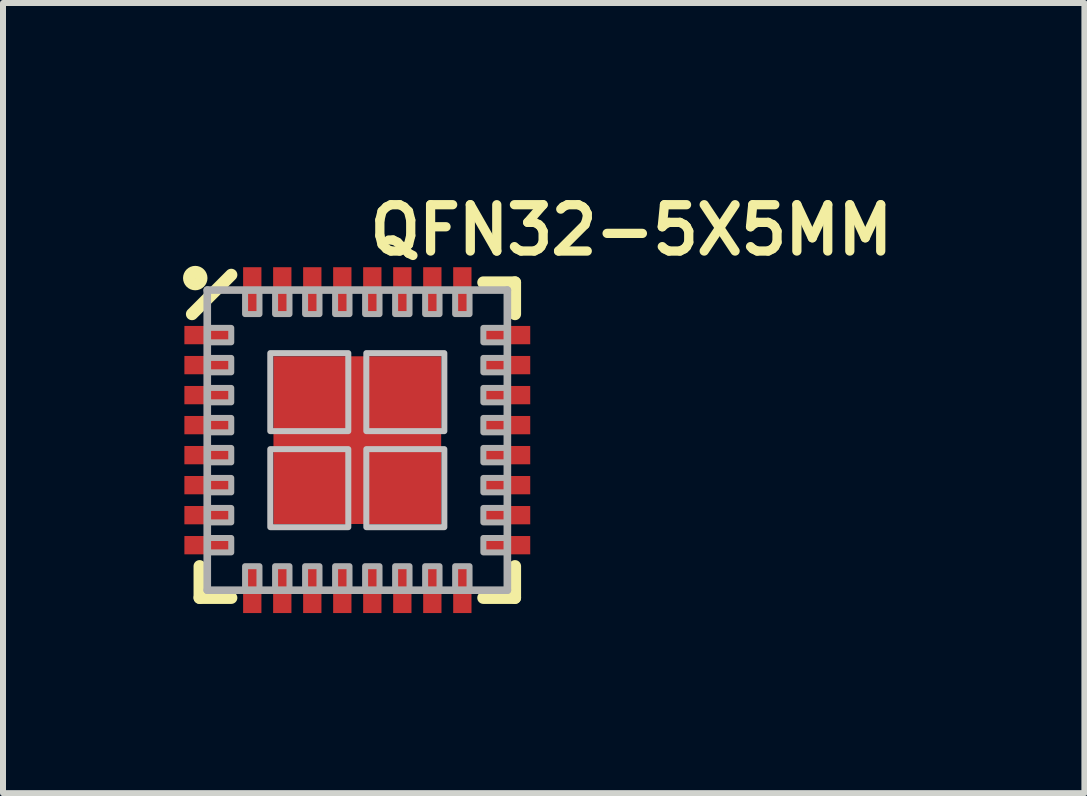
<source format=kicad_pcb>
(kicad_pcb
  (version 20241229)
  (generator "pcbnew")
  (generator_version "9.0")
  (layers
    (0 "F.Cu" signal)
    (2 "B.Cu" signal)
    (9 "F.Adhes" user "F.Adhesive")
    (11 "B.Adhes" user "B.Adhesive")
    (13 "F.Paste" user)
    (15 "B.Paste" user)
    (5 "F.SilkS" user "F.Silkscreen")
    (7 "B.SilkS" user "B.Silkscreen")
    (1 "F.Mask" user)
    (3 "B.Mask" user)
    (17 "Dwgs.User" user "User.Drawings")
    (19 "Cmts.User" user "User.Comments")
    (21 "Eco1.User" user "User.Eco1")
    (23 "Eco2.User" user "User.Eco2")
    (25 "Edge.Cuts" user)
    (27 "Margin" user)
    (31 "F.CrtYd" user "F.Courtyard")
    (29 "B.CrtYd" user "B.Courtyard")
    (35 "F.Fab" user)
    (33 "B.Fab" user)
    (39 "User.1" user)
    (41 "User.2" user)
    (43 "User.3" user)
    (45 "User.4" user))
  (footprint "QFN32-5X5MM"
    (layer "F.Cu")
    (at 2.903 4.283)
    (property "Reference" "QFN32-5X5MM" (at 0.127 -3.048 180) (layer "F.SilkS") (effects (font (size 0.772 0.772) (thickness 0.154)) (justify left bottom)))
    (attr smd)
    (fp_line (start -2.627 2.627) (end -2.627 2.1) (stroke (width 0.203) (type solid)) (layer "F.SilkS"))
    (fp_line (start -2.1 -2.754) (end -2.754 -2.1) (stroke (width 0.203) (type solid)) (layer "F.SilkS"))
    (fp_line (start -2.1 2.627) (end -2.627 2.627) (stroke (width 0.203) (type solid)) (layer "F.SilkS"))
    (fp_line (start 2.1 -2.627) (end 2.627 -2.627) (stroke (width 0.203) (type solid)) (layer "F.SilkS"))
    (fp_line (start 2.627 -2.627) (end 2.627 -2.1) (stroke (width 0.203) (type solid)) (layer "F.SilkS"))
    (fp_line (start 2.627 2.1) (end 2.627 2.627) (stroke (width 0.203) (type solid)) (layer "F.SilkS"))
    (fp_line (start 2.627 2.627) (end 2.1 2.627) (stroke (width 0.203) (type solid)) (layer "F.SilkS"))
    (fp_circle (center -2.7 -2.7) (end -2.598 -2.7) (stroke (width 0.203) (type solid)) (fill no) (layer "F.SilkS"))
    (fp_poly (pts (xy -1.45 -0.15) (xy -0.15 -0.15) (xy -0.15 -1.45) (xy -1.45 -1.45)) (stroke (width 0.1) (type solid)) (fill no) (layer "Dwgs.User"))
    (fp_poly (pts (xy -0.15 1.45) (xy -0.15 0.15) (xy -1.45 0.15) (xy -1.45 1.45)) (stroke (width 0.1) (type solid)) (fill no) (layer "Dwgs.User"))
    (fp_poly (pts (xy 0.15 -1.45) (xy 0.15 -0.15) (xy 1.45 -0.15) (xy 1.45 -1.45)) (stroke (width 0.1) (type solid)) (fill no) (layer "Dwgs.User"))
    (fp_poly (pts (xy 1.45 0.15) (xy 0.15 0.15) (xy 0.15 1.45) (xy 1.45 1.45)) (stroke (width 0.1) (type solid)) (fill no) (layer "Dwgs.User"))
    (fp_line (start -2.5 -2.5) (end -2.5 2.5) (stroke (width 0.127) (type solid)) (layer "F.Fab"))
    (fp_line (start -2.5 2.5) (end 2.5 2.5) (stroke (width 0.127) (type solid)) (layer "F.Fab"))
    (fp_line (start 2.5 -2.5) (end -2.5 -2.5) (stroke (width 0.127) (type solid)) (layer "F.Fab"))
    (fp_line (start 2.5 2.5) (end 2.5 -2.5) (stroke (width 0.127) (type solid)) (layer "F.Fab"))
    (fp_poly (pts (xy -2.5 -1.63) (xy -2.1 -1.63) (xy -2.1 -1.87) (xy -2.5 -1.87)) (stroke (width 0.1) (type solid)) (fill no) (layer "F.Fab"))
    (fp_poly (pts (xy -2.5 -1.13) (xy -2.1 -1.13) (xy -2.1 -1.37) (xy -2.5 -1.37)) (stroke (width 0.1) (type solid)) (fill no) (layer "F.Fab"))
    (fp_poly (pts (xy -2.5 -0.63) (xy -2.1 -0.63) (xy -2.1 -0.87) (xy -2.5 -0.87)) (stroke (width 0.1) (type solid)) (fill no) (layer "F.Fab"))
    (fp_poly (pts (xy -2.5 -0.13) (xy -2.1 -0.13) (xy -2.1 -0.37) (xy -2.5 -0.37)) (stroke (width 0.1) (type solid)) (fill no) (layer "F.Fab"))
    (fp_poly (pts (xy -2.5 0.37) (xy -2.1 0.37) (xy -2.1 0.13) (xy -2.5 0.13)) (stroke (width 0.1) (type solid)) (fill no) (layer "F.Fab"))
    (fp_poly (pts (xy -2.5 0.87) (xy -2.1 0.87) (xy -2.1 0.63) (xy -2.5 0.63)) (stroke (width 0.1) (type solid)) (fill no) (layer "F.Fab"))
    (fp_poly (pts (xy -2.5 1.37) (xy -2.1 1.37) (xy -2.1 1.13) (xy -2.5 1.13)) (stroke (width 0.1) (type solid)) (fill no) (layer "F.Fab"))
    (fp_poly (pts (xy -2.5 1.87) (xy -2.1 1.87) (xy -2.1 1.63) (xy -2.5 1.63)) (stroke (width 0.1) (type solid)) (fill no) (layer "F.Fab"))
    (fp_poly (pts (xy -1.87 -2.5) (xy -1.87 -2.1) (xy -1.63 -2.1) (xy -1.63 -2.5)) (stroke (width 0.1) (type solid)) (fill no) (layer "F.Fab"))
    (fp_poly (pts (xy -1.63 2.5) (xy -1.63 2.1) (xy -1.87 2.1) (xy -1.87 2.5)) (stroke (width 0.1) (type solid)) (fill no) (layer "F.Fab"))
    (fp_poly (pts (xy -1.37 -2.5) (xy -1.37 -2.1) (xy -1.13 -2.1) (xy -1.13 -2.5)) (stroke (width 0.1) (type solid)) (fill no) (layer "F.Fab"))
    (fp_poly (pts (xy -1.13 2.5) (xy -1.13 2.1) (xy -1.37 2.1) (xy -1.37 2.5)) (stroke (width 0.1) (type solid)) (fill no) (layer "F.Fab"))
    (fp_poly (pts (xy -0.87 -2.5) (xy -0.87 -2.1) (xy -0.63 -2.1) (xy -0.63 -2.5)) (stroke (width 0.1) (type solid)) (fill no) (layer "F.Fab"))
    (fp_poly (pts (xy -0.63 2.5) (xy -0.63 2.1) (xy -0.87 2.1) (xy -0.87 2.5)) (stroke (width 0.1) (type solid)) (fill no) (layer "F.Fab"))
    (fp_poly (pts (xy -0.37 -2.5) (xy -0.37 -2.1) (xy -0.13 -2.1) (xy -0.13 -2.5)) (stroke (width 0.1) (type solid)) (fill no) (layer "F.Fab"))
    (fp_poly (pts (xy -0.13 2.5) (xy -0.13 2.1) (xy -0.37 2.1) (xy -0.37 2.5)) (stroke (width 0.1) (type solid)) (fill no) (layer "F.Fab"))
    (fp_poly (pts (xy 0.13 -2.5) (xy 0.13 -2.1) (xy 0.37 -2.1) (xy 0.37 -2.5)) (stroke (width 0.1) (type solid)) (fill no) (layer "F.Fab"))
    (fp_poly (pts (xy 0.37 2.5) (xy 0.37 2.1) (xy 0.13 2.1) (xy 0.13 2.5)) (stroke (width 0.1) (type solid)) (fill no) (layer "F.Fab"))
    (fp_poly (pts (xy 0.63 -2.5) (xy 0.63 -2.1) (xy 0.87 -2.1) (xy 0.87 -2.5)) (stroke (width 0.1) (type solid)) (fill no) (layer "F.Fab"))
    (fp_poly (pts (xy 0.87 2.5) (xy 0.87 2.1) (xy 0.63 2.1) (xy 0.63 2.5)) (stroke (width 0.1) (type solid)) (fill no) (layer "F.Fab"))
    (fp_poly (pts (xy 1.13 -2.5) (xy 1.13 -2.1) (xy 1.37 -2.1) (xy 1.37 -2.5)) (stroke (width 0.1) (type solid)) (fill no) (layer "F.Fab"))
    (fp_poly (pts (xy 1.37 2.5) (xy 1.37 2.1) (xy 1.13 2.1) (xy 1.13 2.5)) (stroke (width 0.1) (type solid)) (fill no) (layer "F.Fab"))
    (fp_poly (pts (xy 1.63 -2.5) (xy 1.63 -2.1) (xy 1.87 -2.1) (xy 1.87 -2.5)) (stroke (width 0.1) (type solid)) (fill no) (layer "F.Fab"))
    (fp_poly (pts (xy 1.87 2.5) (xy 1.87 2.1) (xy 1.63 2.1) (xy 1.63 2.5)) (stroke (width 0.1) (type solid)) (fill no) (layer "F.Fab"))
    (fp_poly (pts (xy 2.5 -1.87) (xy 2.1 -1.87) (xy 2.1 -1.63) (xy 2.5 -1.63)) (stroke (width 0.1) (type solid)) (fill no) (layer "F.Fab"))
    (fp_poly (pts (xy 2.5 -1.37) (xy 2.1 -1.37) (xy 2.1 -1.13) (xy 2.5 -1.13)) (stroke (width 0.1) (type solid)) (fill no) (layer "F.Fab"))
    (fp_poly (pts (xy 2.5 -0.87) (xy 2.1 -0.87) (xy 2.1 -0.63) (xy 2.5 -0.63)) (stroke (width 0.1) (type solid)) (fill no) (layer "F.Fab"))
    (fp_poly (pts (xy 2.5 -0.37) (xy 2.1 -0.37) (xy 2.1 -0.13) (xy 2.5 -0.13)) (stroke (width 0.1) (type solid)) (fill no) (layer "F.Fab"))
    (fp_poly (pts (xy 2.5 0.13) (xy 2.1 0.13) (xy 2.1 0.37) (xy 2.5 0.37)) (stroke (width 0.1) (type solid)) (fill no) (layer "F.Fab"))
    (fp_poly (pts (xy 2.5 0.63) (xy 2.1 0.63) (xy 2.1 0.87) (xy 2.5 0.87)) (stroke (width 0.1) (type solid)) (fill no) (layer "F.Fab"))
    (fp_poly (pts (xy 2.5 1.13) (xy 2.1 1.13) (xy 2.1 1.37) (xy 2.5 1.37)) (stroke (width 0.1) (type solid)) (fill no) (layer "F.Fab"))
    (fp_poly (pts (xy 2.5 1.63) (xy 2.1 1.63) (xy 2.1 1.87) (xy 2.5 1.87)) (stroke (width 0.1) (type solid)) (fill no) (layer "F.Fab"))
    (pad "1" smd rect (at -2.5 -1.75) (size 0.762 0.305) (layers "F.Cu" "F.Mask" "F.Paste"))
    (pad "2" smd rect (at -2.5 -1.25) (size 0.762 0.305) (layers "F.Cu" "F.Mask" "F.Paste"))
    (pad "3" smd rect (at -2.5 -0.75) (size 0.762 0.305) (layers "F.Cu" "F.Mask" "F.Paste"))
    (pad "4" smd rect (at -2.5 -0.25) (size 0.762 0.305) (layers "F.Cu" "F.Mask" "F.Paste"))
    (pad "5" smd rect (at -2.5 0.25) (size 0.762 0.305) (layers "F.Cu" "F.Mask" "F.Paste"))
    (pad "6" smd rect (at -2.5 0.75) (size 0.762 0.305) (layers "F.Cu" "F.Mask" "F.Paste"))
    (pad "7" smd rect (at -2.5 1.25) (size 0.762 0.305) (layers "F.Cu" "F.Mask" "F.Paste"))
    (pad "8" smd rect (at -2.5 1.75) (size 0.762 0.305) (layers "F.Cu" "F.Mask" "F.Paste"))
    (pad "9" smd rect (at -1.75 2.5 90) (size 0.762 0.305) (layers "F.Cu" "F.Mask" "F.Paste"))
    (pad "10" smd rect (at -1.25 2.5 90) (size 0.762 0.305) (layers "F.Cu" "F.Mask" "F.Paste"))
    (pad "11" smd rect (at -0.75 2.5 90) (size 0.762 0.305) (layers "F.Cu" "F.Mask" "F.Paste"))
    (pad "12" smd rect (at -0.25 2.5 90) (size 0.762 0.305) (layers "F.Cu" "F.Mask" "F.Paste"))
    (pad "13" smd rect (at 0.25 2.5 90) (size 0.762 0.305) (layers "F.Cu" "F.Mask" "F.Paste"))
    (pad "14" smd rect (at 0.75 2.5 90) (size 0.762 0.305) (layers "F.Cu" "F.Mask" "F.Paste"))
    (pad "15" smd rect (at 1.25 2.5 90) (size 0.762 0.305) (layers "F.Cu" "F.Mask" "F.Paste"))
    (pad "16" smd rect (at 1.75 2.5 90) (size 0.762 0.305) (layers "F.Cu" "F.Mask" "F.Paste"))
    (pad "17" smd rect (at 2.5 1.75 180) (size 0.762 0.305) (layers "F.Cu" "F.Mask" "F.Paste"))
    (pad "18" smd rect (at 2.5 1.25 180) (size 0.762 0.305) (layers "F.Cu" "F.Mask" "F.Paste"))
    (pad "19" smd rect (at 2.5 0.75 180) (size 0.762 0.305) (layers "F.Cu" "F.Mask" "F.Paste"))
    (pad "20" smd rect (at 2.5 0.25 180) (size 0.762 0.305) (layers "F.Cu" "F.Mask" "F.Paste"))
    (pad "21" smd rect (at 2.5 -0.25 180) (size 0.762 0.305) (layers "F.Cu" "F.Mask" "F.Paste"))
    (pad "22" smd rect (at 2.5 -0.75 180) (size 0.762 0.305) (layers "F.Cu" "F.Mask" "F.Paste"))
    (pad "23" smd rect (at 2.5 -1.25 180) (size 0.762 0.305) (layers "F.Cu" "F.Mask" "F.Paste"))
    (pad "24" smd rect (at 2.5 -1.75 180) (size 0.762 0.305) (layers "F.Cu" "F.Mask" "F.Paste"))
    (pad "25" smd rect (at 1.75 -2.5 270) (size 0.762 0.305) (layers "F.Cu" "F.Mask" "F.Paste"))
    (pad "26" smd rect (at 1.25 -2.5 270) (size 0.762 0.305) (layers "F.Cu" "F.Mask" "F.Paste"))
    (pad "27" smd rect (at 0.75 -2.5 270) (size 0.762 0.305) (layers "F.Cu" "F.Mask" "F.Paste"))
    (pad "28" smd rect (at 0.25 -2.5 270) (size 0.762 0.305) (layers "F.Cu" "F.Mask" "F.Paste"))
    (pad "29" smd rect (at -0.25 -2.5 270) (size 0.762 0.305) (layers "F.Cu" "F.Mask" "F.Paste"))
    (pad "30" smd rect (at -0.75 -2.5 270) (size 0.762 0.305) (layers "F.Cu" "F.Mask" "F.Paste"))
    (pad "31" smd rect (at -1.25 -2.5 270) (size 0.762 0.305) (layers "F.Cu" "F.Mask" "F.Paste"))
    (pad "32" smd rect (at -1.75 -2.5 270) (size 0.762 0.305) (layers "F.Cu" "F.Mask" "F.Paste"))
    (pad "EP" smd rect (at 0 0) (size 2.794 2.794) (layers "F.Cu" "F.Mask")))
  (gr_rect
    (start -3 -3)
    (end 15.017 10.164)
    (stroke (width 0.1) (type default))
    (fill no)
    (layer "Edge.Cuts")))
</source>
